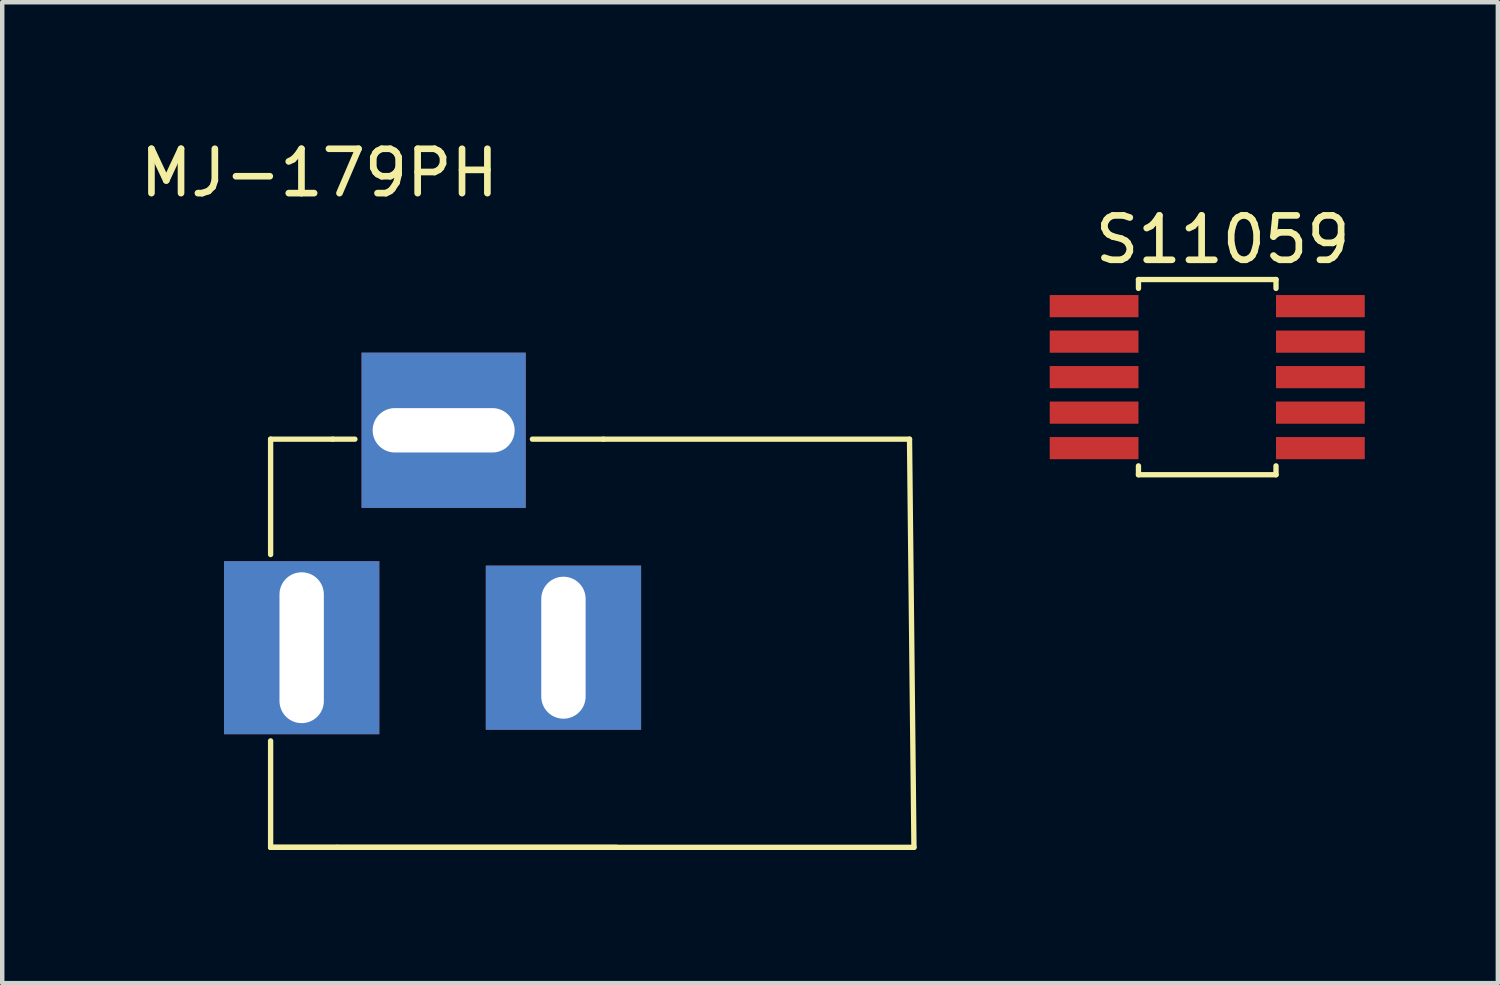
<source format=kicad_pcb>
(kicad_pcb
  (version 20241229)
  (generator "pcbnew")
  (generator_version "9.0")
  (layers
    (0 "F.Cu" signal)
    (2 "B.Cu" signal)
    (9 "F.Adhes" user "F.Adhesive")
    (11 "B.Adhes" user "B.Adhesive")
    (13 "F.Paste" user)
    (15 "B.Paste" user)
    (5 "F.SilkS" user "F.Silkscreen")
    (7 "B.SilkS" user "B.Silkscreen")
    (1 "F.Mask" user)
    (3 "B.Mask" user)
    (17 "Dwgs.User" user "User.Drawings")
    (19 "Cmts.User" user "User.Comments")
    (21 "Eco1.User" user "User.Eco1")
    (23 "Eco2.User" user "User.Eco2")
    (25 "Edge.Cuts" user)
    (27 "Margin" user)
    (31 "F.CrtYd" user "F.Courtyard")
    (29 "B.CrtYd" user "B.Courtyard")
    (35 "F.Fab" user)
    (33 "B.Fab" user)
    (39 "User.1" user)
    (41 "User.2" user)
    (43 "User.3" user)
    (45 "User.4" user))
  (footprint "S11059"
    (layer "F.Cu")
    (at 21.609 0.25)
    (property "Reference" "S11059" (at 2.9 2.1 0) (layer "F.SilkS") (effects (font (size 1 1) (thickness 0.15))))
    (attr through_hole)
    (fp_line (start 1 3) (end 1 3.2) (stroke (width 0.12) (type solid)) (layer "F.SilkS"))
    (fp_line (start 1 3) (end 4.1 3) (stroke (width 0.12) (type solid)) (layer "F.SilkS"))
    (fp_line (start 1 7.4) (end 1 7.2) (stroke (width 0.12) (type solid)) (layer "F.SilkS"))
    (fp_line (start 1 7.4) (end 4.1 7.4) (stroke (width 0.12) (type solid)) (layer "F.SilkS"))
    (fp_line (start 4.1 3) (end 4.1 3.2) (stroke (width 0.12) (type solid)) (layer "F.SilkS"))
    (fp_line (start 4.1 7.4) (end 4.1 7.2) (stroke (width 0.12) (type solid)) (layer "F.SilkS"))
    (pad "1" smd rect (at 0 3.6) (size 2 0.5) (layers "F.Cu" "F.Mask" "F.Paste"))
    (pad "5" smd rect (at 0 4.4) (size 2 0.5) (layers "F.Cu" "F.Mask" "F.Paste"))
    (pad "5" smd rect (at 0 5.2) (size 2 0.5) (layers "F.Cu" "F.Mask" "F.Paste"))
    (pad "5" smd rect (at 0 6) (size 2 0.5) (layers "F.Cu" "F.Mask" "F.Paste"))
    (pad "5" smd rect (at 0 6.8) (size 2 0.5) (layers "F.Cu" "F.Mask" "F.Paste"))
    (pad "5" smd rect (at 5.1 4.4) (size 2 0.5) (layers "F.Cu" "F.Mask" "F.Paste"))
    (pad "5" smd rect (at 5.1 5.2) (size 2 0.5) (layers "F.Cu" "F.Mask" "F.Paste"))
    (pad "5" smd rect (at 5.1 6) (size 2 0.5) (layers "F.Cu" "F.Mask" "F.Paste"))
    (pad "6" smd rect (at 5.1 6.8) (size 2 0.5) (layers "F.Cu" "F.Mask" "F.Paste"))
    (pad "10" smd rect (at 5.1 3.6) (size 2 0.5) (layers "F.Cu" "F.Mask" "F.Paste")))
  (footprint "MJ-179PH"
    (layer "F.Cu")
    (at 3.649 11.548)
    (property "Reference" "MJ-179PH" (at 0.5 -10.7 0) (layer "F.SilkS") (effects (font (size 1 1) (thickness 0.15))))
    (attr through_hole)
    (fp_line (start -0.6 -4.7) (end -0.6 -2.1) (stroke (width 0.12) (type solid)) (layer "F.SilkS"))
    (fp_line (start -0.6 2.1) (end -0.6 4.5) (stroke (width 0.12) (type solid)) (layer "F.SilkS"))
    (fp_line (start -0.6 4.5) (end 13.9 4.5) (stroke (width 0.12) (type solid)) (layer "F.SilkS"))
    (fp_line (start 0.8 -4.7) (end -0.6 -4.7) (stroke (width 0.12) (type solid)) (layer "F.SilkS"))
    (fp_line (start 0.8 -4.7) (end 1.3 -4.7) (stroke (width 0.12) (type solid)) (layer "F.SilkS"))
    (fp_line (start 0.9 4.5) (end -0.6 4.5) (stroke (width 0.12) (type solid)) (layer "F.SilkS"))
    (fp_line (start 0.9 4.5) (end 7.2 4.5) (stroke (width 0.12) (type solid)) (layer "F.SilkS"))
    (fp_line (start 5.3 -4.7) (end 6.9 -4.7) (stroke (width 0.12) (type solid)) (layer "F.SilkS"))
    (fp_line (start 6.9 -4.7) (end 13.8 -4.7) (stroke (width 0.12) (type solid)) (layer "F.SilkS"))
    (fp_line (start 13.8 -4.7) (end 13.9 4.5) (stroke (width 0.12) (type solid)) (layer "F.SilkS"))
    (pad "1" thru_hole rect (at 0.1 0) (size 3.5 3.9) (drill oval 1 3.4) (layers "*.Cu" "*.Mask"))
    (pad "2" thru_hole rect (at 6 0) (size 3.5 3.7) (drill oval 1 3.2) (layers "*.Cu" "*.Mask"))
    (pad "3" thru_hole rect (at 3.3 -4.9) (size 3.7 3.5) (drill oval 3.2 1) (layers "*.Cu" "*.Mask")))
  (gr_rect
    (start -3 -3)
    (end 30.709 19.108)
    (stroke (width 0.1) (type default))
    (fill no)
    (layer "Edge.Cuts")))
</source>
